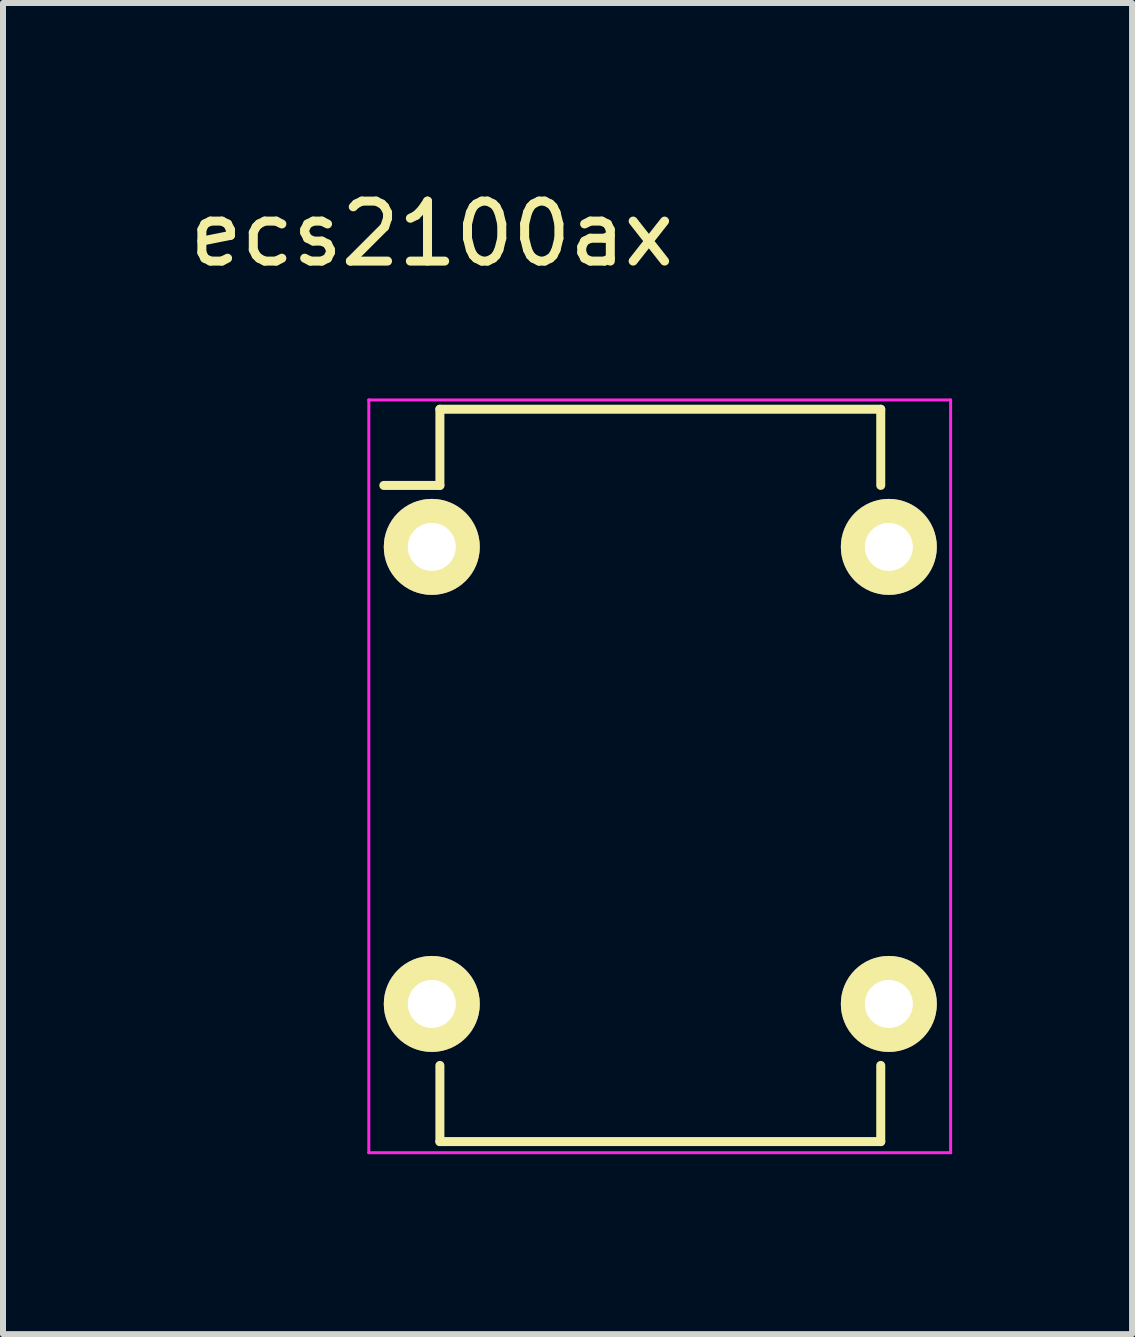
<source format=kicad_pcb>
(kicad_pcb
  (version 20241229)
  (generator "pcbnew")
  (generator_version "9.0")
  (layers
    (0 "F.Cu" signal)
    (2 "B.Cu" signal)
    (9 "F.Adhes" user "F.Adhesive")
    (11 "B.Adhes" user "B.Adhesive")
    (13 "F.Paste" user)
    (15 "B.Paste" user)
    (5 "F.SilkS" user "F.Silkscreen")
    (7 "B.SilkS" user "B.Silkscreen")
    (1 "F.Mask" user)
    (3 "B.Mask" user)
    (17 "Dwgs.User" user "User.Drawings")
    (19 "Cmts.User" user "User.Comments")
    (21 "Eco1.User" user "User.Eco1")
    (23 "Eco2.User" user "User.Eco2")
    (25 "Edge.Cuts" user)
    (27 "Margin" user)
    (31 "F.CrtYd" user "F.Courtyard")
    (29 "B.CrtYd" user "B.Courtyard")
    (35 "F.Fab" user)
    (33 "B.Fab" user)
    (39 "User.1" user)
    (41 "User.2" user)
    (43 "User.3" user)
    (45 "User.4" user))
  (footprint "ecs2100ax"
    (layer "F.Cu")
    (at 4.149 6.068)
    (property "Reference" "ecs2100ax" (at 0 -5.22 0) (layer "F.SilkS") (effects (font (size 1 1) (thickness 0.15))))
    (attr through_hole)
    (fp_line (start 0.135 -2.295) (end 0.135 -1.025) (stroke (width 0.15) (type solid)) (layer "F.SilkS"))
    (fp_line (start 0.135 -2.295) (end 7.485 -2.295) (stroke (width 0.15) (type solid)) (layer "F.SilkS"))
    (fp_line (start 0.135 -1.025) (end -0.8 -1.025) (stroke (width 0.15) (type solid)) (layer "F.SilkS"))
    (fp_line (start 0.135 9.915) (end 0.135 8.645) (stroke (width 0.15) (type solid)) (layer "F.SilkS"))
    (fp_line (start 0.135 9.915) (end 7.485 9.915) (stroke (width 0.15) (type solid)) (layer "F.SilkS"))
    (fp_line (start 7.485 -2.295) (end 7.485 -1.025) (stroke (width 0.15) (type solid)) (layer "F.SilkS"))
    (fp_line (start 7.485 9.915) (end 7.485 8.645) (stroke (width 0.15) (type solid)) (layer "F.SilkS"))
    (fp_line (start -1.05 -2.45) (end -1.05 10.1) (stroke (width 0.05) (type solid)) (layer "F.CrtYd"))
    (fp_line (start -1.05 -2.45) (end 8.65 -2.45) (stroke (width 0.05) (type solid)) (layer "F.CrtYd"))
    (fp_line (start -1.05 10.1) (end 8.65 10.1) (stroke (width 0.05) (type solid)) (layer "F.CrtYd"))
    (fp_line (start 8.65 -2.45) (end 8.65 10.1) (stroke (width 0.05) (type solid)) (layer "F.CrtYd"))
    (pad "1" thru_hole oval (at 0 0) (size 1.6 1.6) (drill 0.8) (layers "*.Cu" "*.Mask" "F.SilkS"))
    (pad "4" thru_hole oval (at 0 7.62) (size 1.6 1.6) (drill 0.8) (layers "*.Cu" "*.Mask" "F.SilkS"))
    (pad "5" thru_hole oval (at 7.62 7.62) (size 1.6 1.6) (drill 0.8) (layers "*.Cu" "*.Mask" "F.SilkS"))
    (pad "8" thru_hole oval (at 7.62 0) (size 1.6 1.6) (drill 0.8) (layers "*.Cu" "*.Mask" "F.SilkS")))
  (gr_rect
    (start -3 -3)
    (end 15.824 19.193)
    (stroke (width 0.1) (type default))
    (fill no)
    (layer "Edge.Cuts")))
</source>
